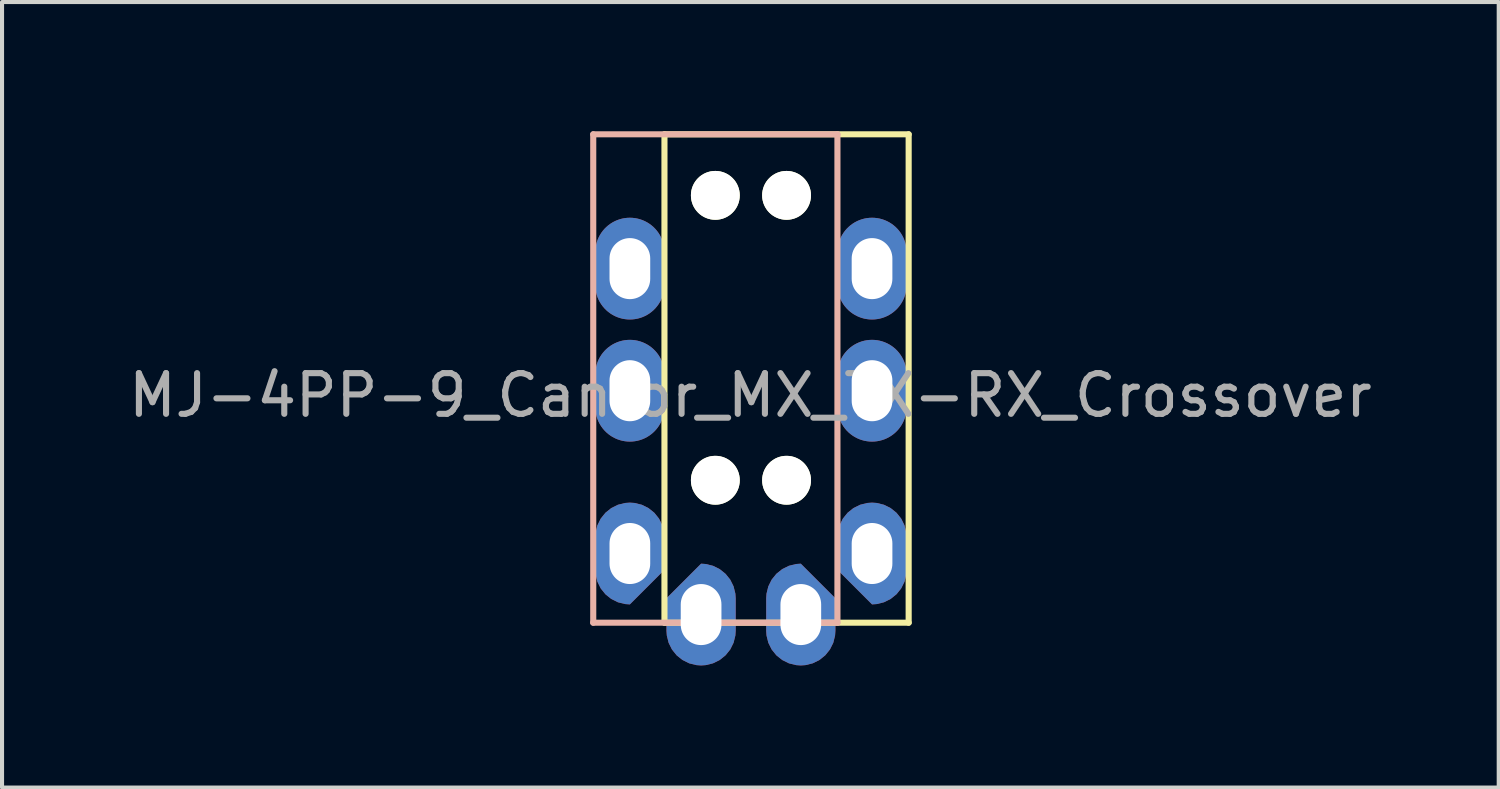
<source format=kicad_pcb>
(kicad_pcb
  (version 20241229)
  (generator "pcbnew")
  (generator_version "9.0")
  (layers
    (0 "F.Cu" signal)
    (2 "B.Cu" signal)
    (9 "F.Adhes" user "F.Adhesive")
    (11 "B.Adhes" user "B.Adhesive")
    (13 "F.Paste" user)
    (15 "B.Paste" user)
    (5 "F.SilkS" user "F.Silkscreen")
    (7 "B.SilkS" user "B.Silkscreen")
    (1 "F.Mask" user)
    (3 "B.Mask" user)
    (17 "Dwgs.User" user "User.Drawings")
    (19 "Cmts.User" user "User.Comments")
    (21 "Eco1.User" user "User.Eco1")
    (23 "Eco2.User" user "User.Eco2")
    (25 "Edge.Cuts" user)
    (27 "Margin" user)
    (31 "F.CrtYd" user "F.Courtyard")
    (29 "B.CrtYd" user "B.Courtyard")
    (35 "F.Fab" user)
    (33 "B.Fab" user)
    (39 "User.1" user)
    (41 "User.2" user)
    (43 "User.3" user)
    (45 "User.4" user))
  (footprint "MJ-4PP-9_Cantor_MX_TX-RX_Crossover"
    (layer "F.Cu")
    (at 16.276 0.25)
    (property "Reference" "MJ-4PP-9_Cantor_MX_TX-RX_Crossover" (at -0.889 6.413 0) (layer "F.Fab") (effects (font (size 1 1) (thickness 0.15))))
    (attr through_hole)
    (fp_line (start -3 12) (end -3 0) (stroke (width 0.15) (type solid)) (layer "F.SilkS"))
    (fp_line (start -3 12) (end 3 12) (stroke (width 0.15) (type solid)) (layer "F.SilkS"))
    (fp_line (start 3 0) (end -3 0) (stroke (width 0.15) (type solid)) (layer "F.SilkS"))
    (fp_line (start 3 0) (end 3 12) (stroke (width 0.15) (type solid)) (layer "F.SilkS"))
    (fp_line (start -4.75 0) (end 1.25 0) (stroke (width 0.15) (type solid)) (layer "B.SilkS"))
    (fp_line (start -4.75 12) (end -4.75 0) (stroke (width 0.15) (type solid)) (layer "B.SilkS"))
    (fp_line (start -4.75 12) (end 1.25 12) (stroke (width 0.15) (type solid)) (layer "B.SilkS"))
    (fp_line (start 1.25 0) (end 1.25 12) (stroke (width 0.15) (type solid)) (layer "B.SilkS"))
    (pad "" np_thru_hole circle (at -1.75 1.5) (size 1.2 1.2) (drill 1.2) (layers "*.Cu" "*.Mask" "F.SilkS"))
    (pad "" np_thru_hole circle (at -1.75 8.5) (size 1.2 1.2) (drill 1.2) (layers "*.Cu" "*.Mask" "F.SilkS"))
    (pad "" np_thru_hole circle (at 0 1.5) (size 1.2 1.2) (drill 1.2) (layers "*.Cu" "*.Mask" "F.SilkS"))
    (pad "" np_thru_hole circle (at 0 8.5) (size 1.2 1.2) (drill 1.2) (layers "*.Cu" "*.Mask" "F.SilkS"))
    (pad "1" thru_hole roundrect (at -2.1 11.8) (size 1.7 2.5) (drill oval 1 1.5) (layers "*.Cu" "B.Mask") (roundrect_rratio 0.5) (chamfer_ratio 0.5) (chamfer top_left))
    (pad "1" thru_hole roundrect (at 0.35 11.8) (size 1.7 2.5) (drill oval 1 1.5) (layers "*.Cu" "F.Mask") (roundrect_rratio 0.5) (chamfer_ratio 0.5) (chamfer top_right))
    (pad "2" thru_hole roundrect (at -3.85 10.3) (size 1.7 2.5) (drill oval 1 1.5) (layers "*.Cu" "F.Mask") (roundrect_rratio 0.5) (chamfer_ratio 0.5) (chamfer bottom_right))
    (pad "2" thru_hole roundrect (at 2.1 10.3) (size 1.7 2.5) (drill oval 1 1.5) (layers "*.Cu" "B.Mask") (roundrect_rratio 0.5) (chamfer_ratio 0.5) (chamfer bottom_left))
    (pad "3" thru_hole oval (at -3.85 6.3) (size 1.7 2.5) (drill oval 1 1.5) (layers "*.Cu" "F.Mask"))
    (pad "3" thru_hole oval (at 2.1 3.3) (size 1.7 2.5) (drill oval 1 1.5) (layers "*.Cu" "B.Mask"))
    (pad "4" thru_hole oval (at -3.85 3.3) (size 1.7 2.5) (drill oval 1 1.5) (layers "*.Cu" "F.Mask"))
    (pad "4" thru_hole oval (at 2.1 6.3) (size 1.7 2.5) (drill oval 1 1.5) (layers "*.Cu" "B.Mask")))
  (gr_rect
    (start -3 -3)
    (end 33.774 16.3)
    (stroke (width 0.1) (type default))
    (fill no)
    (layer "Edge.Cuts")))
</source>
